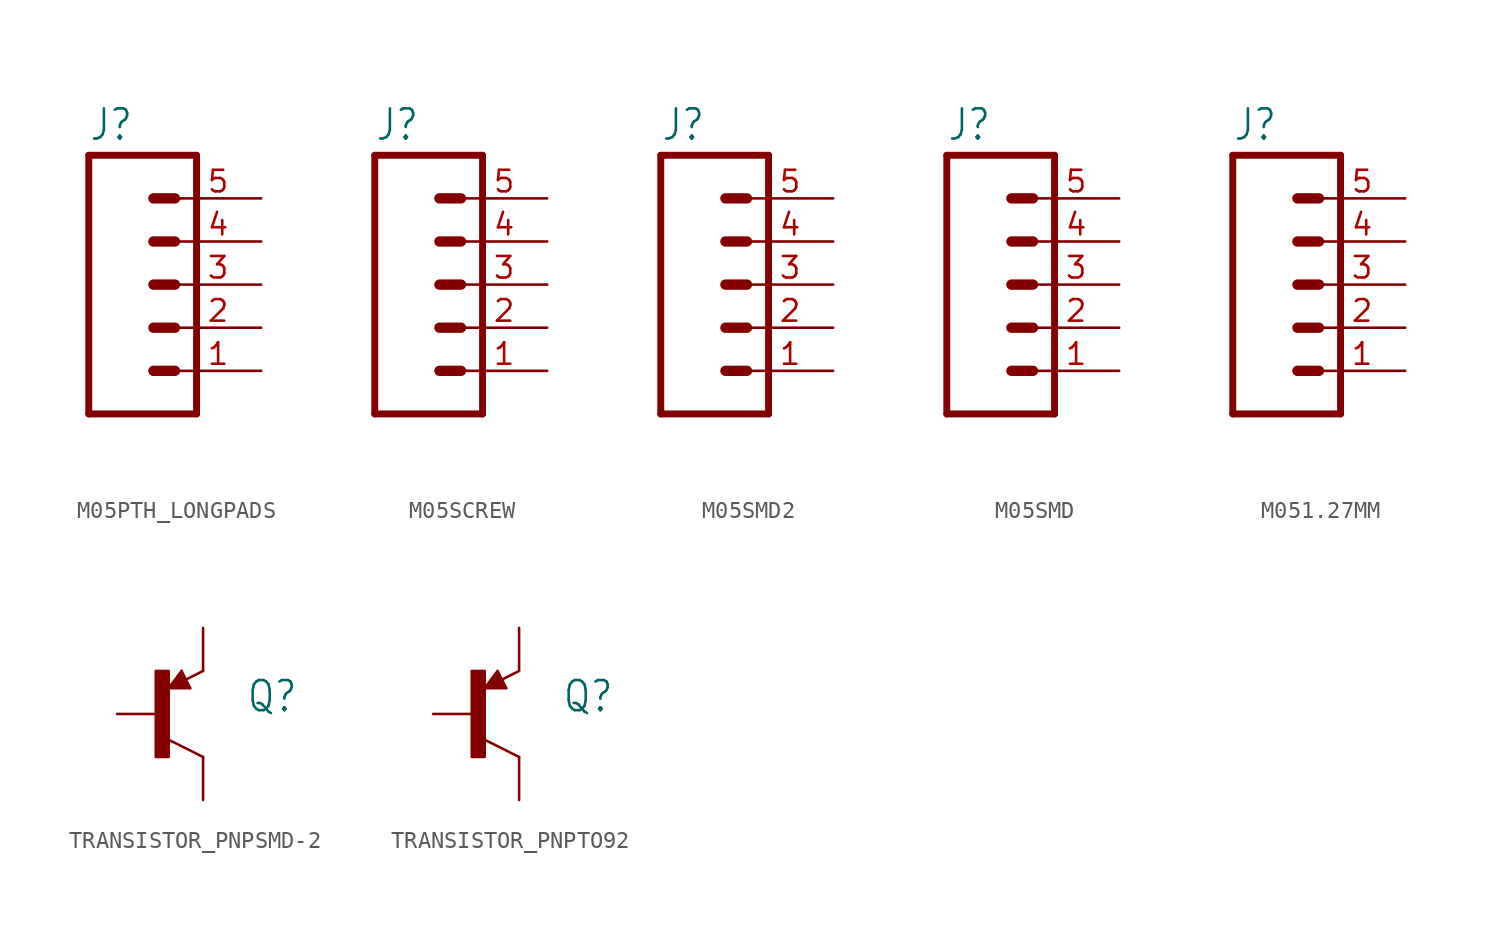
<source format=kicad_sym>
(kicad_symbol_lib
  (version 20220914)
  (generator kicad_symbol_editor)
  (symbol "M05PTH_LONGPADS"
    (property "Reference" "J"
      (at -2.54 8.382 0)
      (effects (font (size 1.778 1.511)) (justify left bottom)))
    (property "Value" ""
      (at -2.54 -10.16 0)
      (effects (font (size 1.778 1.511)) (justify left bottom)))
    (property "ki_locked" ""
      (at 0 0 0)
      (effects (font (size 1.27 1.27))))
    (symbol "M05PTH_LONGPADS_1_0"
      (polyline (pts (xy -2.54 7.62) (xy -2.54 -7.62)) (stroke (width 0.406) (type solid)) (fill (type none)))
      (polyline (pts (xy -2.54 7.62) (xy 3.81 7.62)) (stroke (width 0.406) (type solid)) (fill (type none)))
      (polyline (pts (xy 1.27 -5.08) (xy 2.54 -5.08)) (stroke (width 0.61) (type solid)) (fill (type none)))
      (polyline (pts (xy 1.27 -2.54) (xy 2.54 -2.54)) (stroke (width 0.61) (type solid)) (fill (type none)))
      (polyline (pts (xy 1.27 0) (xy 2.54 0)) (stroke (width 0.61) (type solid)) (fill (type none)))
      (polyline (pts (xy 1.27 2.54) (xy 2.54 2.54)) (stroke (width 0.61) (type solid)) (fill (type none)))
      (polyline (pts (xy 1.27 5.08) (xy 2.54 5.08)) (stroke (width 0.61) (type solid)) (fill (type none)))
      (polyline (pts (xy 3.81 -7.62) (xy -2.54 -7.62)) (stroke (width 0.406) (type solid)) (fill (type none)))
      (polyline (pts (xy 3.81 -7.62) (xy 3.81 7.62)) (stroke (width 0.406) (type solid)) (fill (type none)))
      (pin passive line (at 7.62 -5.08 180) (length 5.08) (name "1" (effects (font (size 0 0)))) (number "1" (effects (font (size 1.27 1.27)))))
      (pin passive line (at 7.62 -2.54 180) (length 5.08) (name "2" (effects (font (size 0 0)))) (number "2" (effects (font (size 1.27 1.27)))))
      (pin passive line (at 7.62 0 180) (length 5.08) (name "3" (effects (font (size 0 0)))) (number "3" (effects (font (size 1.27 1.27)))))
      (pin passive line (at 7.62 2.54 180) (length 5.08) (name "4" (effects (font (size 0 0)))) (number "4" (effects (font (size 1.27 1.27)))))
      (pin passive line (at 7.62 5.08 180) (length 5.08) (name "5" (effects (font (size 0 0)))) (number "5" (effects (font (size 1.27 1.27)))))))
  (symbol "M05SCREW"
    (property "Reference" "J"
      (at -2.54 8.382 0)
      (effects (font (size 1.778 1.511)) (justify left bottom)))
    (property "Value" ""
      (at -2.54 -10.16 0)
      (effects (font (size 1.778 1.511)) (justify left bottom)))
    (property "ki_locked" ""
      (at 0 0 0)
      (effects (font (size 1.27 1.27))))
    (symbol "M05SCREW_1_0"
      (polyline (pts (xy -2.54 7.62) (xy -2.54 -7.62)) (stroke (width 0.406) (type solid)) (fill (type none)))
      (polyline (pts (xy -2.54 7.62) (xy 3.81 7.62)) (stroke (width 0.406) (type solid)) (fill (type none)))
      (polyline (pts (xy 1.27 -5.08) (xy 2.54 -5.08)) (stroke (width 0.61) (type solid)) (fill (type none)))
      (polyline (pts (xy 1.27 -2.54) (xy 2.54 -2.54)) (stroke (width 0.61) (type solid)) (fill (type none)))
      (polyline (pts (xy 1.27 0) (xy 2.54 0)) (stroke (width 0.61) (type solid)) (fill (type none)))
      (polyline (pts (xy 1.27 2.54) (xy 2.54 2.54)) (stroke (width 0.61) (type solid)) (fill (type none)))
      (polyline (pts (xy 1.27 5.08) (xy 2.54 5.08)) (stroke (width 0.61) (type solid)) (fill (type none)))
      (polyline (pts (xy 3.81 -7.62) (xy -2.54 -7.62)) (stroke (width 0.406) (type solid)) (fill (type none)))
      (polyline (pts (xy 3.81 -7.62) (xy 3.81 7.62)) (stroke (width 0.406) (type solid)) (fill (type none)))
      (pin passive line (at 7.62 -5.08 180) (length 5.08) (name "1" (effects (font (size 0 0)))) (number "1" (effects (font (size 1.27 1.27)))))
      (pin passive line (at 7.62 -2.54 180) (length 5.08) (name "2" (effects (font (size 0 0)))) (number "2" (effects (font (size 1.27 1.27)))))
      (pin passive line (at 7.62 0 180) (length 5.08) (name "3" (effects (font (size 0 0)))) (number "3" (effects (font (size 1.27 1.27)))))
      (pin passive line (at 7.62 2.54 180) (length 5.08) (name "4" (effects (font (size 0 0)))) (number "4" (effects (font (size 1.27 1.27)))))
      (pin passive line (at 7.62 5.08 180) (length 5.08) (name "5" (effects (font (size 0 0)))) (number "5" (effects (font (size 1.27 1.27)))))))
  (symbol "M05SMD2"
    (property "Reference" "J"
      (at -2.54 8.382 0)
      (effects (font (size 1.778 1.511)) (justify left bottom)))
    (property "Value" ""
      (at -2.54 -10.16 0)
      (effects (font (size 1.778 1.511)) (justify left bottom)))
    (property "ki_locked" ""
      (at 0 0 0)
      (effects (font (size 1.27 1.27))))
    (symbol "M05SMD2_1_0"
      (polyline (pts (xy -2.54 7.62) (xy -2.54 -7.62)) (stroke (width 0.406) (type solid)) (fill (type none)))
      (polyline (pts (xy -2.54 7.62) (xy 3.81 7.62)) (stroke (width 0.406) (type solid)) (fill (type none)))
      (polyline (pts (xy 1.27 -5.08) (xy 2.54 -5.08)) (stroke (width 0.61) (type solid)) (fill (type none)))
      (polyline (pts (xy 1.27 -2.54) (xy 2.54 -2.54)) (stroke (width 0.61) (type solid)) (fill (type none)))
      (polyline (pts (xy 1.27 0) (xy 2.54 0)) (stroke (width 0.61) (type solid)) (fill (type none)))
      (polyline (pts (xy 1.27 2.54) (xy 2.54 2.54)) (stroke (width 0.61) (type solid)) (fill (type none)))
      (polyline (pts (xy 1.27 5.08) (xy 2.54 5.08)) (stroke (width 0.61) (type solid)) (fill (type none)))
      (polyline (pts (xy 3.81 -7.62) (xy -2.54 -7.62)) (stroke (width 0.406) (type solid)) (fill (type none)))
      (polyline (pts (xy 3.81 -7.62) (xy 3.81 7.62)) (stroke (width 0.406) (type solid)) (fill (type none)))
      (pin passive line (at 7.62 -5.08 180) (length 5.08) (name "1" (effects (font (size 0 0)))) (number "1" (effects (font (size 1.27 1.27)))))
      (pin passive line (at 7.62 -2.54 180) (length 5.08) (name "2" (effects (font (size 0 0)))) (number "2" (effects (font (size 1.27 1.27)))))
      (pin passive line (at 7.62 0 180) (length 5.08) (name "3" (effects (font (size 0 0)))) (number "3" (effects (font (size 1.27 1.27)))))
      (pin passive line (at 7.62 2.54 180) (length 5.08) (name "4" (effects (font (size 0 0)))) (number "4" (effects (font (size 1.27 1.27)))))
      (pin passive line (at 7.62 5.08 180) (length 5.08) (name "5" (effects (font (size 0 0)))) (number "5" (effects (font (size 1.27 1.27)))))))
  (symbol "M05SMD"
    (property "Reference" "J"
      (at -2.54 8.382 0)
      (effects (font (size 1.778 1.511)) (justify left bottom)))
    (property "Value" ""
      (at -2.54 -10.16 0)
      (effects (font (size 1.778 1.511)) (justify left bottom)))
    (property "ki_locked" ""
      (at 0 0 0)
      (effects (font (size 1.27 1.27))))
    (symbol "M05SMD_1_0"
      (polyline (pts (xy -2.54 7.62) (xy -2.54 -7.62)) (stroke (width 0.406) (type solid)) (fill (type none)))
      (polyline (pts (xy -2.54 7.62) (xy 3.81 7.62)) (stroke (width 0.406) (type solid)) (fill (type none)))
      (polyline (pts (xy 1.27 -5.08) (xy 2.54 -5.08)) (stroke (width 0.61) (type solid)) (fill (type none)))
      (polyline (pts (xy 1.27 -2.54) (xy 2.54 -2.54)) (stroke (width 0.61) (type solid)) (fill (type none)))
      (polyline (pts (xy 1.27 0) (xy 2.54 0)) (stroke (width 0.61) (type solid)) (fill (type none)))
      (polyline (pts (xy 1.27 2.54) (xy 2.54 2.54)) (stroke (width 0.61) (type solid)) (fill (type none)))
      (polyline (pts (xy 1.27 5.08) (xy 2.54 5.08)) (stroke (width 0.61) (type solid)) (fill (type none)))
      (polyline (pts (xy 3.81 -7.62) (xy -2.54 -7.62)) (stroke (width 0.406) (type solid)) (fill (type none)))
      (polyline (pts (xy 3.81 -7.62) (xy 3.81 7.62)) (stroke (width 0.406) (type solid)) (fill (type none)))
      (pin passive line (at 7.62 -5.08 180) (length 5.08) (name "1" (effects (font (size 0 0)))) (number "1" (effects (font (size 1.27 1.27)))))
      (pin passive line (at 7.62 -2.54 180) (length 5.08) (name "2" (effects (font (size 0 0)))) (number "2" (effects (font (size 1.27 1.27)))))
      (pin passive line (at 7.62 0 180) (length 5.08) (name "3" (effects (font (size 0 0)))) (number "3" (effects (font (size 1.27 1.27)))))
      (pin passive line (at 7.62 2.54 180) (length 5.08) (name "4" (effects (font (size 0 0)))) (number "4" (effects (font (size 1.27 1.27)))))
      (pin passive line (at 7.62 5.08 180) (length 5.08) (name "5" (effects (font (size 0 0)))) (number "5" (effects (font (size 1.27 1.27)))))))
  (symbol "M051.27MM"
    (property "Reference" "J"
      (at -2.54 8.382 0)
      (effects (font (size 1.778 1.511)) (justify left bottom)))
    (property "Value" ""
      (at -2.54 -10.16 0)
      (effects (font (size 1.778 1.511)) (justify left bottom)))
    (property "ki_locked" ""
      (at 0 0 0)
      (effects (font (size 1.27 1.27))))
    (symbol "M051.27MM_1_0"
      (polyline (pts (xy -2.54 7.62) (xy -2.54 -7.62)) (stroke (width 0.406) (type solid)) (fill (type none)))
      (polyline (pts (xy -2.54 7.62) (xy 3.81 7.62)) (stroke (width 0.406) (type solid)) (fill (type none)))
      (polyline (pts (xy 1.27 -5.08) (xy 2.54 -5.08)) (stroke (width 0.61) (type solid)) (fill (type none)))
      (polyline (pts (xy 1.27 -2.54) (xy 2.54 -2.54)) (stroke (width 0.61) (type solid)) (fill (type none)))
      (polyline (pts (xy 1.27 0) (xy 2.54 0)) (stroke (width 0.61) (type solid)) (fill (type none)))
      (polyline (pts (xy 1.27 2.54) (xy 2.54 2.54)) (stroke (width 0.61) (type solid)) (fill (type none)))
      (polyline (pts (xy 1.27 5.08) (xy 2.54 5.08)) (stroke (width 0.61) (type solid)) (fill (type none)))
      (polyline (pts (xy 3.81 -7.62) (xy -2.54 -7.62)) (stroke (width 0.406) (type solid)) (fill (type none)))
      (polyline (pts (xy 3.81 -7.62) (xy 3.81 7.62)) (stroke (width 0.406) (type solid)) (fill (type none)))
      (pin passive line (at 7.62 -5.08 180) (length 5.08) (name "1" (effects (font (size 0 0)))) (number "1" (effects (font (size 1.27 1.27)))))
      (pin passive line (at 7.62 -2.54 180) (length 5.08) (name "2" (effects (font (size 0 0)))) (number "2" (effects (font (size 1.27 1.27)))))
      (pin passive line (at 7.62 0 180) (length 5.08) (name "3" (effects (font (size 0 0)))) (number "3" (effects (font (size 1.27 1.27)))))
      (pin passive line (at 7.62 2.54 180) (length 5.08) (name "4" (effects (font (size 0 0)))) (number "4" (effects (font (size 1.27 1.27)))))
      (pin passive line (at 7.62 5.08 180) (length 5.08) (name "5" (effects (font (size 0 0)))) (number "5" (effects (font (size 1.27 1.27)))))))
  (symbol "TRANSISTOR_PNPSMD-2"
    (property "Reference" "Q"
      (at 5.08 0 0)
      (effects (font (size 1.778 1.511)) (justify left bottom)))
    (property "Value" ""
      (at 5.08 -2.54 0)
      (effects (font (size 1.778 1.511)) (justify left bottom)))
    (property "ki_locked" ""
      (at 0 0 0)
      (effects (font (size 1.27 1.27))))
    (symbol "TRANSISTOR_PNPSMD-2_1_0"
      (rectangle (start -0.254 -2.54) (end 0.508 2.54) (stroke (width 0) (type default)) (fill (type outline)))
      (polyline (pts (xy 0.508 -1.524) (xy 2.54 -2.54)) (stroke (width 0.152) (type solid)) (fill (type none)))
      (polyline (pts (xy 0.508 1.524) (xy 1.27 2.54)) (stroke (width 0.152) (type solid)) (fill (type none)))
      (polyline (pts (xy 0.813 1.778) (xy 0.889 1.626)) (stroke (width 0.203) (type solid)) (fill (type none)))
      (polyline (pts (xy 0.94 1.88) (xy 1.041 1.651)) (stroke (width 0.203) (type solid)) (fill (type none)))
      (polyline (pts (xy 1.016 2.032) (xy 1.219 1.626)) (stroke (width 0.203) (type solid)) (fill (type none)))
      (polyline (pts (xy 1.143 2.159) (xy 1.397 1.626)) (stroke (width 0.203) (type solid)) (fill (type none)))
      (polyline (pts (xy 1.219 2.311) (xy 1.575 1.626)) (stroke (width 0.203) (type solid)) (fill (type none)))
      (polyline (pts (xy 1.27 2.54) (xy 1.778 1.524)) (stroke (width 0.152) (type solid)) (fill (type none)))
      (polyline (pts (xy 1.778 1.524) (xy 0.508 1.524)) (stroke (width 0.152) (type solid)) (fill (type none)))
      (polyline (pts (xy 2.54 2.54) (xy 0.508 1.524)) (stroke (width 0.152) (type solid)) (fill (type none)))
      (pin passive line (at -2.54 0 0) (length 2.54) (name "B" (effects (font (size 0 0)))) (number "1" (effects (font (size 0 0)))))
      (pin passive line (at 2.54 -5.08 90) (length 2.54) (name "C" (effects (font (size 0 0)))) (number "2" (effects (font (size 0 0)))))
      (pin passive line (at 2.54 5.08 270) (length 2.54) (name "E" (effects (font (size 0 0)))) (number "3" (effects (font (size 0 0)))))))
  (symbol "TRANSISTOR_PNPTO92"
    (property "Reference" "Q"
      (at 5.08 0 0)
      (effects (font (size 1.778 1.511)) (justify left bottom)))
    (property "Value" ""
      (at 5.08 -2.54 0)
      (effects (font (size 1.778 1.511)) (justify left bottom)))
    (property "ki_locked" ""
      (at 0 0 0)
      (effects (font (size 1.27 1.27))))
    (symbol "TRANSISTOR_PNPTO92_1_0"
      (rectangle (start -0.254 -2.54) (end 0.508 2.54) (stroke (width 0) (type default)) (fill (type outline)))
      (polyline (pts (xy 0.508 -1.524) (xy 2.54 -2.54)) (stroke (width 0.152) (type solid)) (fill (type none)))
      (polyline (pts (xy 0.508 1.524) (xy 1.27 2.54)) (stroke (width 0.152) (type solid)) (fill (type none)))
      (polyline (pts (xy 0.813 1.778) (xy 0.889 1.626)) (stroke (width 0.203) (type solid)) (fill (type none)))
      (polyline (pts (xy 0.94 1.88) (xy 1.041 1.651)) (stroke (width 0.203) (type solid)) (fill (type none)))
      (polyline (pts (xy 1.016 2.032) (xy 1.219 1.626)) (stroke (width 0.203) (type solid)) (fill (type none)))
      (polyline (pts (xy 1.143 2.159) (xy 1.397 1.626)) (stroke (width 0.203) (type solid)) (fill (type none)))
      (polyline (pts (xy 1.219 2.311) (xy 1.575 1.626)) (stroke (width 0.203) (type solid)) (fill (type none)))
      (polyline (pts (xy 1.27 2.54) (xy 1.778 1.524)) (stroke (width 0.152) (type solid)) (fill (type none)))
      (polyline (pts (xy 1.778 1.524) (xy 0.508 1.524)) (stroke (width 0.152) (type solid)) (fill (type none)))
      (polyline (pts (xy 2.54 2.54) (xy 0.508 1.524)) (stroke (width 0.152) (type solid)) (fill (type none)))
      (pin passive line (at 2.54 5.08 270) (length 2.54) (name "E" (effects (font (size 0 0)))) (number "1" (effects (font (size 0 0)))))
      (pin passive line (at -2.54 0 0) (length 2.54) (name "B" (effects (font (size 0 0)))) (number "2" (effects (font (size 0 0)))))
      (pin passive line (at 2.54 -5.08 90) (length 2.54) (name "C" (effects (font (size 0 0)))) (number "3" (effects (font (size 0 0))))))))
</source>
